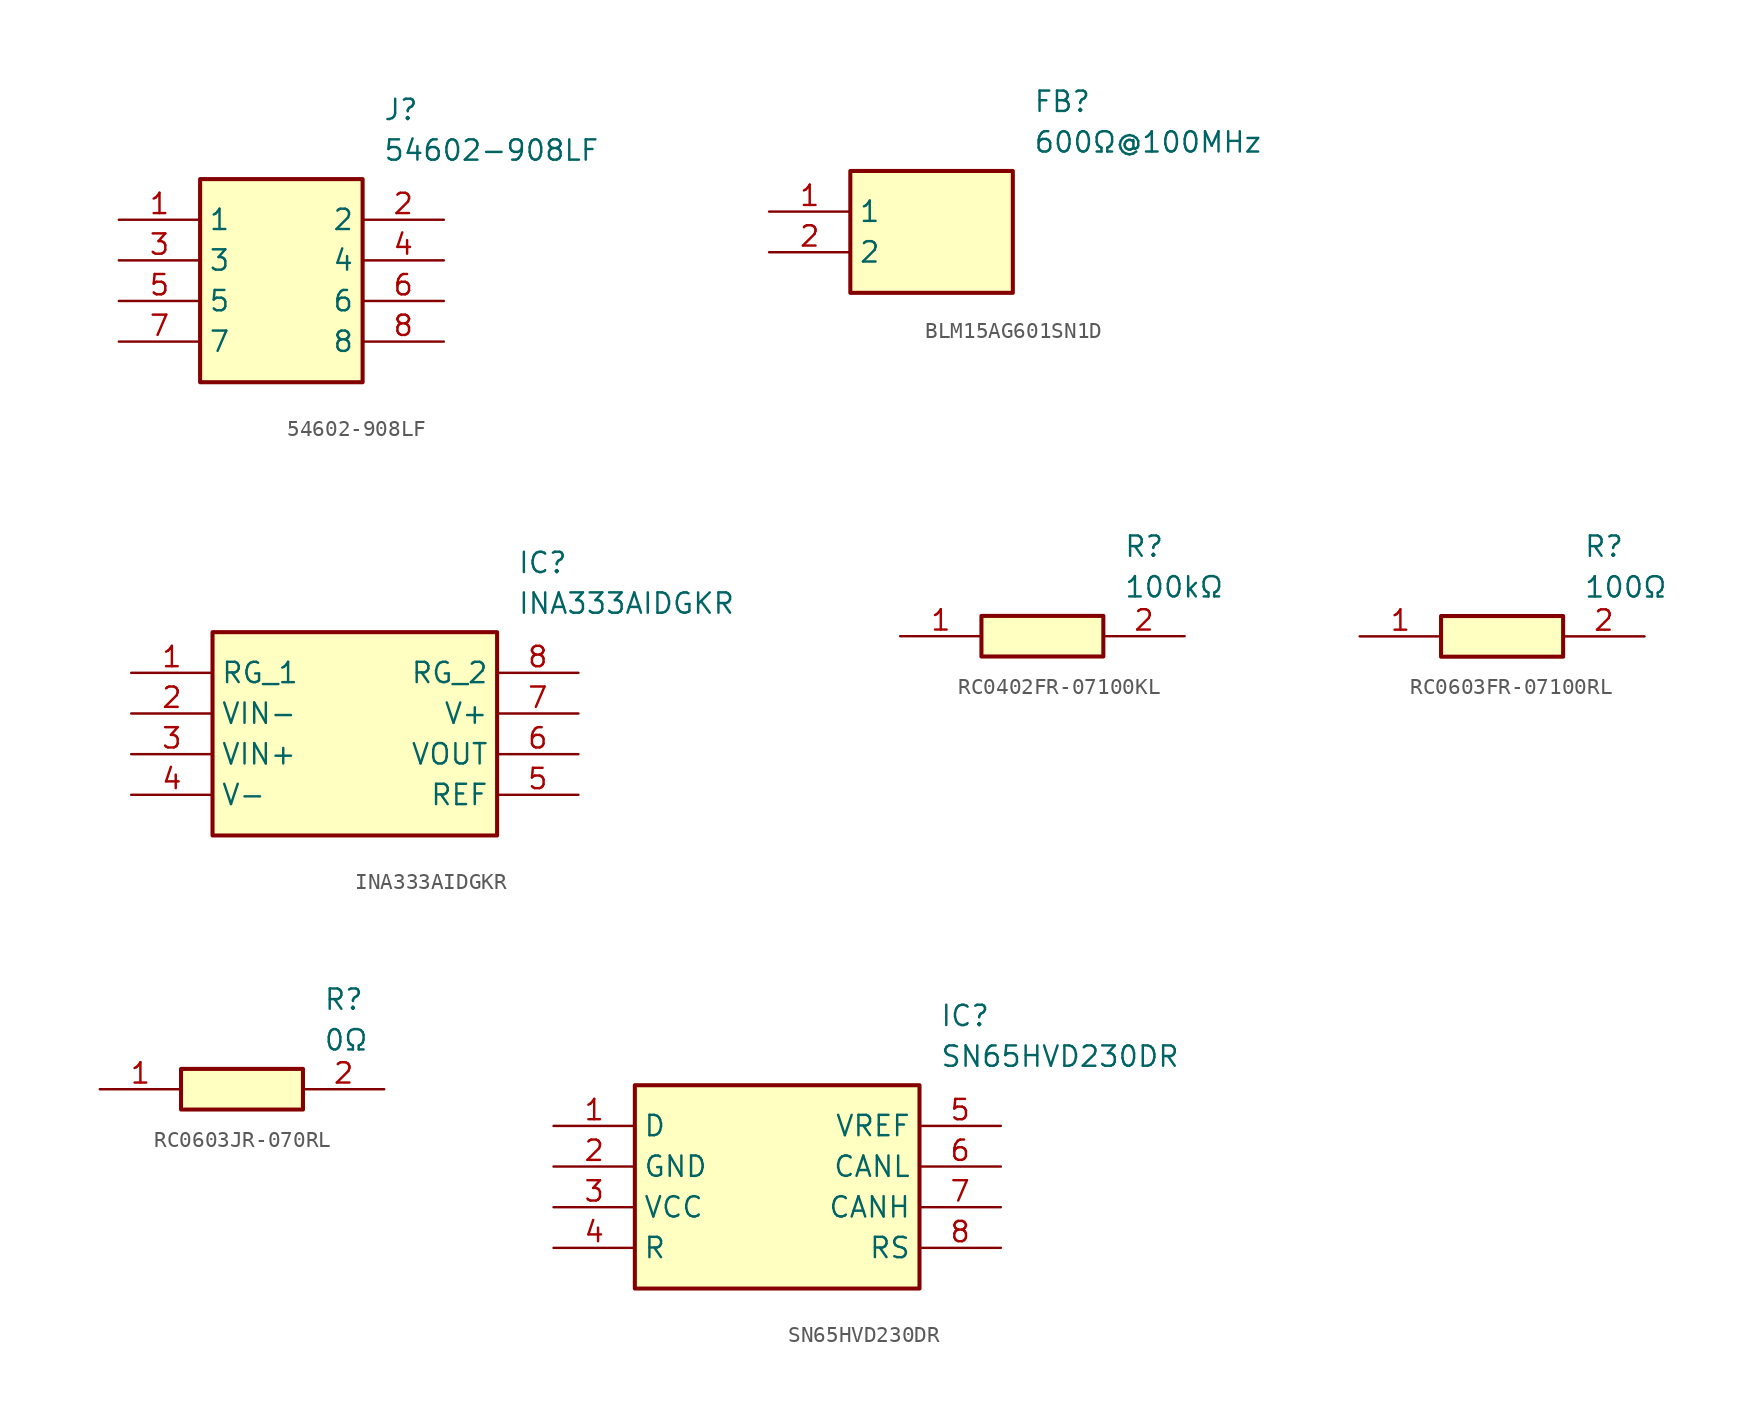
<source format=kicad_sym>
(kicad_symbol_lib
  (version 20241209)
  (generator "kicad_symbol_editor")
  (generator_version "9.0")
  (symbol "54602-908LF"
    (property "Reference" "J"
      (at 16.51 7.62 0)
      (effects (font (size 1.27 1.27)) (justify left top)))
    (property "Value" "54602-908LF"
      (at 16.51 5.08 0)
      (effects (font (size 1.27 1.27)) (justify left top)))
    (rectangle
      (start 5.08 2.54)
      (end 15.24 -10.16)
      (stroke (width 0.254) (type default))
      (fill (type background)))
    (pin passive line
      (at 0 0 0)
      (length 5.08)
      (name "1" (effects (font (size 1.27 1.27))))
      (number "1" (effects (font (size 1.27 1.27)))))
    (pin passive line
      (at 20.32 0 180)
      (length 5.08)
      (name "2" (effects (font (size 1.27 1.27))))
      (number "2" (effects (font (size 1.27 1.27)))))
    (pin passive line
      (at 0 -2.54 0)
      (length 5.08)
      (name "3" (effects (font (size 1.27 1.27))))
      (number "3" (effects (font (size 1.27 1.27)))))
    (pin passive line
      (at 20.32 -2.54 180)
      (length 5.08)
      (name "4" (effects (font (size 1.27 1.27))))
      (number "4" (effects (font (size 1.27 1.27)))))
    (pin passive line
      (at 0 -5.08 0)
      (length 5.08)
      (name "5" (effects (font (size 1.27 1.27))))
      (number "5" (effects (font (size 1.27 1.27)))))
    (pin passive line
      (at 20.32 -5.08 180)
      (length 5.08)
      (name "6" (effects (font (size 1.27 1.27))))
      (number "6" (effects (font (size 1.27 1.27)))))
    (pin passive line
      (at 0 -7.62 0)
      (length 5.08)
      (name "7" (effects (font (size 1.27 1.27))))
      (number "7" (effects (font (size 1.27 1.27)))))
    (pin passive line
      (at 20.32 -7.62 180)
      (length 5.08)
      (name "8" (effects (font (size 1.27 1.27))))
      (number "8" (effects (font (size 1.27 1.27))))))
  (symbol "BLM15AG601SN1D"
    (property "Reference" "FB"
      (at 16.51 7.62 0)
      (effects (font (size 1.27 1.27)) (justify left top)))
    (property "Value" "600Ω@100MHz"
      (at 16.51 5.08 0)
      (effects (font (size 1.27 1.27)) (justify left top)))
    (symbol "BLM15AG601SN1D_1_1"
      (rectangle (start 5.08 2.54) (end 15.24 -5.08) (stroke (width 0.254) (type default)) (fill (type background)))
      (pin passive line (at 0 0 0) (length 5.08) (name "1" (effects (font (size 1.27 1.27)))) (number "1" (effects (font (size 1.27 1.27)))))
      (pin passive line (at 0 -2.54 0) (length 5.08) (name "2" (effects (font (size 1.27 1.27)))) (number "2" (effects (font (size 1.27 1.27)))))))
  (symbol "INA333AIDGKR"
    (property "Reference" "IC"
      (at 24.13 7.62 0)
      (effects (font (size 1.27 1.27)) (justify left top)))
    (property "Value" "INA333AIDGKR"
      (at 24.13 5.08 0)
      (effects (font (size 1.27 1.27)) (justify left top)))
    (rectangle
      (start 5.08 2.54)
      (end 22.86 -10.16)
      (stroke (width 0.254) (type default))
      (fill (type background)))
    (pin passive line
      (at 0 0 0)
      (length 5.08)
      (name "RG_1" (effects (font (size 1.27 1.27))))
      (number "1" (effects (font (size 1.27 1.27)))))
    (pin passive line
      (at 0 -2.54 0)
      (length 5.08)
      (name "VIN-" (effects (font (size 1.27 1.27))))
      (number "2" (effects (font (size 1.27 1.27)))))
    (pin passive line
      (at 0 -5.08 0)
      (length 5.08)
      (name "VIN+" (effects (font (size 1.27 1.27))))
      (number "3" (effects (font (size 1.27 1.27)))))
    (pin passive line
      (at 0 -7.62 0)
      (length 5.08)
      (name "V-" (effects (font (size 1.27 1.27))))
      (number "4" (effects (font (size 1.27 1.27)))))
    (pin passive line
      (at 27.94 0 180)
      (length 5.08)
      (name "RG_2" (effects (font (size 1.27 1.27))))
      (number "8" (effects (font (size 1.27 1.27)))))
    (pin passive line
      (at 27.94 -2.54 180)
      (length 5.08)
      (name "V+" (effects (font (size 1.27 1.27))))
      (number "7" (effects (font (size 1.27 1.27)))))
    (pin passive line
      (at 27.94 -5.08 180)
      (length 5.08)
      (name "VOUT" (effects (font (size 1.27 1.27))))
      (number "6" (effects (font (size 1.27 1.27)))))
    (pin passive line
      (at 27.94 -7.62 180)
      (length 5.08)
      (name "REF" (effects (font (size 1.27 1.27))))
      (number "5" (effects (font (size 1.27 1.27))))))
  (symbol "RC0402FR-07100KL"
    (pin_names
      (hide yes))
    (property "Reference" "R"
      (at 13.97 6.35 0)
      (effects (font (size 1.27 1.27)) (justify left top)))
    (property "Value" "100kΩ"
      (at 13.97 3.81 0)
      (effects (font (size 1.27 1.27)) (justify left top)))
    (symbol "RC0402FR-07100KL_1_1"
      (rectangle (start 5.08 1.27) (end 12.7 -1.27) (stroke (width 0.254) (type default)) (fill (type background)))
      (pin passive line (at 0 0 0) (length 5.08) (name "1" (effects (font (size 1.27 1.27)))) (number "1" (effects (font (size 1.27 1.27)))))
      (pin passive line (at 17.78 0 180) (length 5.08) (name "2" (effects (font (size 1.27 1.27)))) (number "2" (effects (font (size 1.27 1.27)))))))
  (symbol "RC0603FR-07100RL"
    (pin_names
      (hide yes))
    (property "Reference" "R"
      (at 13.97 6.35 0)
      (effects (font (size 1.27 1.27)) (justify left top)))
    (property "Value" "100Ω"
      (at 13.97 3.81 0)
      (effects (font (size 1.27 1.27)) (justify left top)))
    (symbol "RC0603FR-07100RL_1_1"
      (rectangle (start 5.08 1.27) (end 12.7 -1.27) (stroke (width 0.254) (type default)) (fill (type background)))
      (pin passive line (at 0 0 0) (length 5.08) (name "1" (effects (font (size 1.27 1.27)))) (number "1" (effects (font (size 1.27 1.27)))))
      (pin passive line (at 17.78 0 180) (length 5.08) (name "2" (effects (font (size 1.27 1.27)))) (number "2" (effects (font (size 1.27 1.27)))))))
  (symbol "RC0603JR-070RL"
    (pin_names
      (hide yes))
    (property "Reference" "R"
      (at 13.97 6.35 0)
      (effects (font (size 1.27 1.27)) (justify left top)))
    (property "Value" "0Ω"
      (at 13.97 3.81 0)
      (effects (font (size 1.27 1.27)) (justify left top)))
    (symbol "RC0603JR-070RL_1_1"
      (rectangle (start 5.08 1.27) (end 12.7 -1.27) (stroke (width 0.254) (type default)) (fill (type background)))
      (pin passive line (at 0 0 0) (length 5.08) (name "1" (effects (font (size 1.27 1.27)))) (number "1" (effects (font (size 1.27 1.27)))))
      (pin passive line (at 17.78 0 180) (length 5.08) (name "2" (effects (font (size 1.27 1.27)))) (number "2" (effects (font (size 1.27 1.27)))))))
  (symbol "SN65HVD230DR"
    (property "Reference" "IC"
      (at 24.13 7.62 0)
      (effects (font (size 1.27 1.27)) (justify left top)))
    (property "Value" "SN65HVD230DR"
      (at 24.13 5.08 0)
      (effects (font (size 1.27 1.27)) (justify left top)))
    (symbol "SN65HVD230DR_1_1"
      (rectangle (start 5.08 2.54) (end 22.86 -10.16) (stroke (width 0.254) (type default)) (fill (type background)))
      (pin passive line (at 0 0 0) (length 5.08) (name "D" (effects (font (size 1.27 1.27)))) (number "1" (effects (font (size 1.27 1.27)))))
      (pin passive line (at 0 -2.54 0) (length 5.08) (name "GND" (effects (font (size 1.27 1.27)))) (number "2" (effects (font (size 1.27 1.27)))))
      (pin passive line (at 0 -5.08 0) (length 5.08) (name "VCC" (effects (font (size 1.27 1.27)))) (number "3" (effects (font (size 1.27 1.27)))))
      (pin passive line (at 0 -7.62 0) (length 5.08) (name "R" (effects (font (size 1.27 1.27)))) (number "4" (effects (font (size 1.27 1.27)))))
      (pin passive line (at 27.94 0 180) (length 5.08) (name "VREF" (effects (font (size 1.27 1.27)))) (number "5" (effects (font (size 1.27 1.27)))))
      (pin passive line (at 27.94 -2.54 180) (length 5.08) (name "CANL" (effects (font (size 1.27 1.27)))) (number "6" (effects (font (size 1.27 1.27)))))
      (pin passive line (at 27.94 -5.08 180) (length 5.08) (name "CANH" (effects (font (size 1.27 1.27)))) (number "7" (effects (font (size 1.27 1.27)))))
      (pin passive line (at 27.94 -7.62 180) (length 5.08) (name "RS" (effects (font (size 1.27 1.27)))) (number "8" (effects (font (size 1.27 1.27))))))))
</source>
